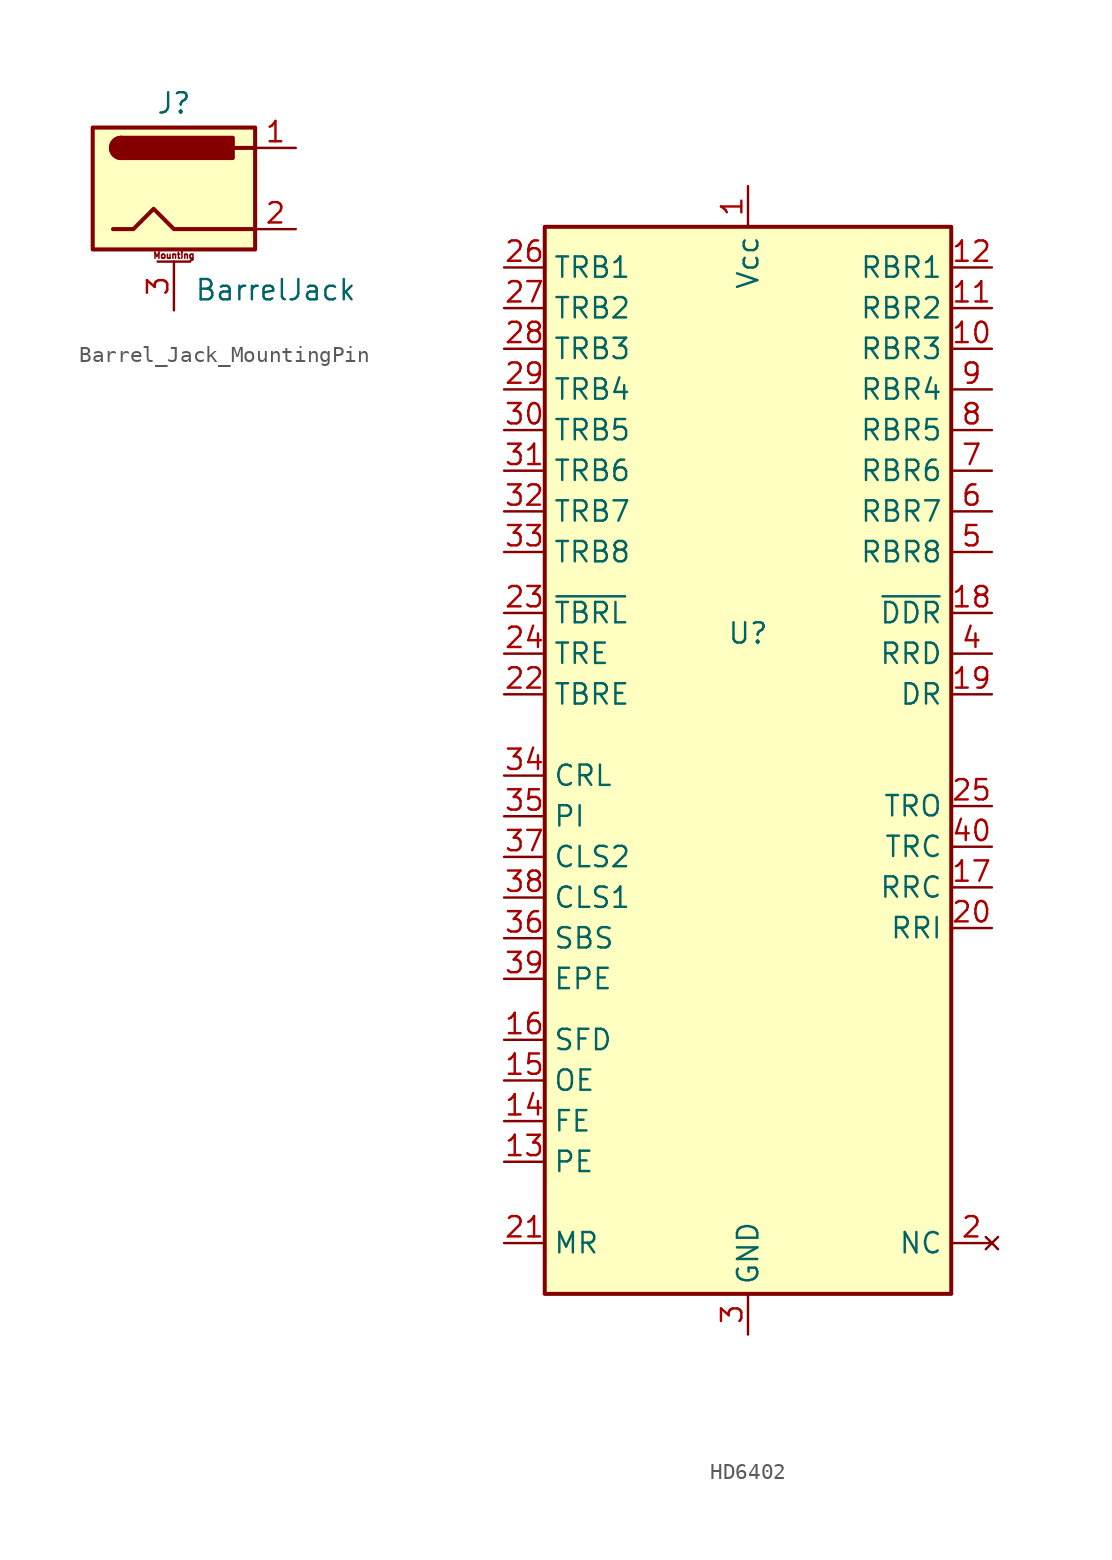
<source format=kicad_sym>
(kicad_symbol_lib
  (version 20220914)
  (generator kicad_symbol_editor)
  (symbol "Barrel_Jack_MountingPin"
    (pin_names hide)
    (property "Reference" "J"
      (at 0 5.334 0)
      (effects (font (size 1.27 1.27))))
    (property "Value" "BarrelJack"
      (at 1.27 -6.35 0)
      (effects (font (size 1.27 1.27)) (justify left)))
    (symbol "Barrel_Jack_MountingPin_0_1"
      (rectangle (start -5.08 3.81) (end 5.08 -3.81) (stroke (width 0.254) (type default)) (fill (type background)))
      (arc (start -3.302 3.175) (mid -3.9343 2.54) (end -3.302 1.905) (stroke (width 0.254) (type default)) (fill (type none)))
      (arc (start -3.302 3.175) (mid -3.9343 2.54) (end -3.302 1.905) (stroke (width 0.254) (type default)) (fill (type outline)))
      (polyline (pts (xy 5.08 2.54) (xy 3.81 2.54)) (stroke (width 0.254) (type default)) (fill (type none)))
      (polyline (pts (xy -3.81 -2.54) (xy -2.54 -2.54) (xy -1.27 -1.27) (xy 0 -2.54) (xy 2.54 -2.54) (xy 5.08 -2.54)) (stroke (width 0.254) (type default)) (fill (type none)))
      (rectangle (start 3.683 3.175) (end -3.302 1.905) (stroke (width 0.254) (type default)) (fill (type outline))))
    (symbol "Barrel_Jack_MountingPin_1_1"
      (polyline (pts (xy -1.016 -4.572) (xy 1.016 -4.572)) (stroke (width 0.152) (type default)) (fill (type none)))
      (text "Mounting" (at 0 -4.191 0) (effects (font (size 0.381 0.381))))
      (pin passive line (at 7.62 2.54 180) (length 2.54) (name "~" (effects (font (size 1.27 1.27)))) (number "1" (effects (font (size 1.27 1.27)))))
      (pin passive line (at 7.62 -2.54 180) (length 2.54) (name "~" (effects (font (size 1.27 1.27)))) (number "2" (effects (font (size 1.27 1.27)))))
      (pin passive line (at 0 -7.62 90) (length 3.048) (name "MountPin" (effects (font (size 1.27 1.27)))) (number "3" (effects (font (size 1.27 1.27)))))))
  (symbol "HD6402"
    (property "Reference" "U"
      (at 0 0 0)
      (effects (font (size 1.27 1.27))))
    (property "Value" ""
      (at 0 0 0)
      (effects (font (size 1.27 1.27))))
    (symbol "HD6402_1_1"
      (rectangle (start -12.7 25.4) (end 12.7 -41.275) (stroke (width 0.25) (type default)) (fill (type background)))
      (pin power_in line (at 0 27.94 270) (length 2.54) (name "Vcc" (effects (font (size 1.27 1.27)))) (number "1" (effects (font (size 1.27 1.27)))))
      (pin output line (at 15.24 17.78 180) (length 2.54) (name "RBR3" (effects (font (size 1.27 1.27)))) (number "10" (effects (font (size 1.27 1.27)))))
      (pin output line (at 15.24 20.32 180) (length 2.54) (name "RBR2" (effects (font (size 1.27 1.27)))) (number "11" (effects (font (size 1.27 1.27)))))
      (pin output line (at 15.24 22.86 180) (length 2.54) (name "RBR1" (effects (font (size 1.27 1.27)))) (number "12" (effects (font (size 1.27 1.27)))))
      (pin output line (at -15.24 -33.02 0) (length 2.54) (name "PE" (effects (font (size 1.27 1.27)))) (number "13" (effects (font (size 1.27 1.27)))))
      (pin output line (at -15.24 -30.48 0) (length 2.54) (name "FE" (effects (font (size 1.27 1.27)))) (number "14" (effects (font (size 1.27 1.27)))))
      (pin output line (at -15.24 -27.94 0) (length 2.54) (name "OE" (effects (font (size 1.27 1.27)))) (number "15" (effects (font (size 1.27 1.27)))))
      (pin input line (at -15.24 -25.4 0) (length 2.54) (name "SFD" (effects (font (size 1.27 1.27)))) (number "16" (effects (font (size 1.27 1.27)))))
      (pin input line (at 15.24 -15.875 180) (length 2.54) (name "RRC" (effects (font (size 1.27 1.27)))) (number "17" (effects (font (size 1.27 1.27)))))
      (pin input line (at 15.24 1.27 180) (length 2.54) (name "~{DDR}" (effects (font (size 1.27 1.27)))) (number "18" (effects (font (size 1.27 1.27)))))
      (pin output line (at 15.24 -3.81 180) (length 2.54) (name "DR" (effects (font (size 1.27 1.27)))) (number "19" (effects (font (size 1.27 1.27)))))
      (pin no_connect line (at 15.24 -38.1 180) (length 2.54) (name "NC" (effects (font (size 1.27 1.27)))) (number "2" (effects (font (size 1.27 1.27)))))
      (pin input line (at 15.24 -18.415 180) (length 2.54) (name "RRI" (effects (font (size 1.27 1.27)))) (number "20" (effects (font (size 1.27 1.27)))))
      (pin input line (at -15.24 -38.1 0) (length 2.54) (name "MR" (effects (font (size 1.27 1.27)))) (number "21" (effects (font (size 1.27 1.27)))))
      (pin output line (at -15.24 -3.81 0) (length 2.54) (name "TBRE" (effects (font (size 1.27 1.27)))) (number "22" (effects (font (size 1.27 1.27)))))
      (pin input line (at -15.24 1.27 0) (length 2.54) (name "~{TBRL}" (effects (font (size 1.27 1.27)))) (number "23" (effects (font (size 1.27 1.27)))))
      (pin output line (at -15.24 -1.27 0) (length 2.54) (name "TRE" (effects (font (size 1.27 1.27)))) (number "24" (effects (font (size 1.27 1.27)))))
      (pin output line (at 15.24 -10.795 180) (length 2.54) (name "TRO" (effects (font (size 1.27 1.27)))) (number "25" (effects (font (size 1.27 1.27)))))
      (pin input line (at -15.24 22.86 0) (length 2.54) (name "TRB1" (effects (font (size 1.27 1.27)))) (number "26" (effects (font (size 1.27 1.27)))))
      (pin input line (at -15.24 20.32 0) (length 2.54) (name "TRB2" (effects (font (size 1.27 1.27)))) (number "27" (effects (font (size 1.27 1.27)))))
      (pin input line (at -15.24 17.78 0) (length 2.54) (name "TRB3" (effects (font (size 1.27 1.27)))) (number "28" (effects (font (size 1.27 1.27)))))
      (pin input line (at -15.24 15.24 0) (length 2.54) (name "TRB4" (effects (font (size 1.27 1.27)))) (number "29" (effects (font (size 1.27 1.27)))))
      (pin power_in line (at 0 -43.815 90) (length 2.54) (name "GND" (effects (font (size 1.27 1.27)))) (number "3" (effects (font (size 1.27 1.27)))))
      (pin input line (at -15.24 12.7 0) (length 2.54) (name "TRB5" (effects (font (size 1.27 1.27)))) (number "30" (effects (font (size 1.27 1.27)))))
      (pin input line (at -15.24 10.16 0) (length 2.54) (name "TRB6" (effects (font (size 1.27 1.27)))) (number "31" (effects (font (size 1.27 1.27)))))
      (pin input line (at -15.24 7.62 0) (length 2.54) (name "TRB7" (effects (font (size 1.27 1.27)))) (number "32" (effects (font (size 1.27 1.27)))))
      (pin input line (at -15.24 5.08 0) (length 2.54) (name "TRB8" (effects (font (size 1.27 1.27)))) (number "33" (effects (font (size 1.27 1.27)))))
      (pin input line (at -15.24 -8.89 0) (length 2.54) (name "CRL" (effects (font (size 1.27 1.27)))) (number "34" (effects (font (size 1.27 1.27)))))
      (pin input line (at -15.24 -11.43 0) (length 2.54) (name "PI" (effects (font (size 1.27 1.27)))) (number "35" (effects (font (size 1.27 1.27)))))
      (pin input line (at -15.24 -19.05 0) (length 2.54) (name "SBS" (effects (font (size 1.27 1.27)))) (number "36" (effects (font (size 1.27 1.27)))))
      (pin input line (at -15.24 -13.97 0) (length 2.54) (name "CLS2" (effects (font (size 1.27 1.27)))) (number "37" (effects (font (size 1.27 1.27)))))
      (pin input line (at -15.24 -16.51 0) (length 2.54) (name "CLS1" (effects (font (size 1.27 1.27)))) (number "38" (effects (font (size 1.27 1.27)))))
      (pin input line (at -15.24 -21.59 0) (length 2.54) (name "EPE" (effects (font (size 1.27 1.27)))) (number "39" (effects (font (size 1.27 1.27)))))
      (pin input line (at 15.24 -1.27 180) (length 2.54) (name "RRD" (effects (font (size 1.27 1.27)))) (number "4" (effects (font (size 1.27 1.27)))))
      (pin input line (at 15.24 -13.335 180) (length 2.54) (name "TRC" (effects (font (size 1.27 1.27)))) (number "40" (effects (font (size 1.27 1.27)))))
      (pin output line (at 15.24 5.08 180) (length 2.54) (name "RBR8" (effects (font (size 1.27 1.27)))) (number "5" (effects (font (size 1.27 1.27)))))
      (pin output line (at 15.24 7.62 180) (length 2.54) (name "RBR7" (effects (font (size 1.27 1.27)))) (number "6" (effects (font (size 1.27 1.27)))))
      (pin output line (at 15.24 10.16 180) (length 2.54) (name "RBR6" (effects (font (size 1.27 1.27)))) (number "7" (effects (font (size 1.27 1.27)))))
      (pin output line (at 15.24 12.7 180) (length 2.54) (name "RBR5" (effects (font (size 1.27 1.27)))) (number "8" (effects (font (size 1.27 1.27)))))
      (pin output line (at 15.24 15.24 180) (length 2.54) (name "RBR4" (effects (font (size 1.27 1.27)))) (number "9" (effects (font (size 1.27 1.27))))))))
</source>
